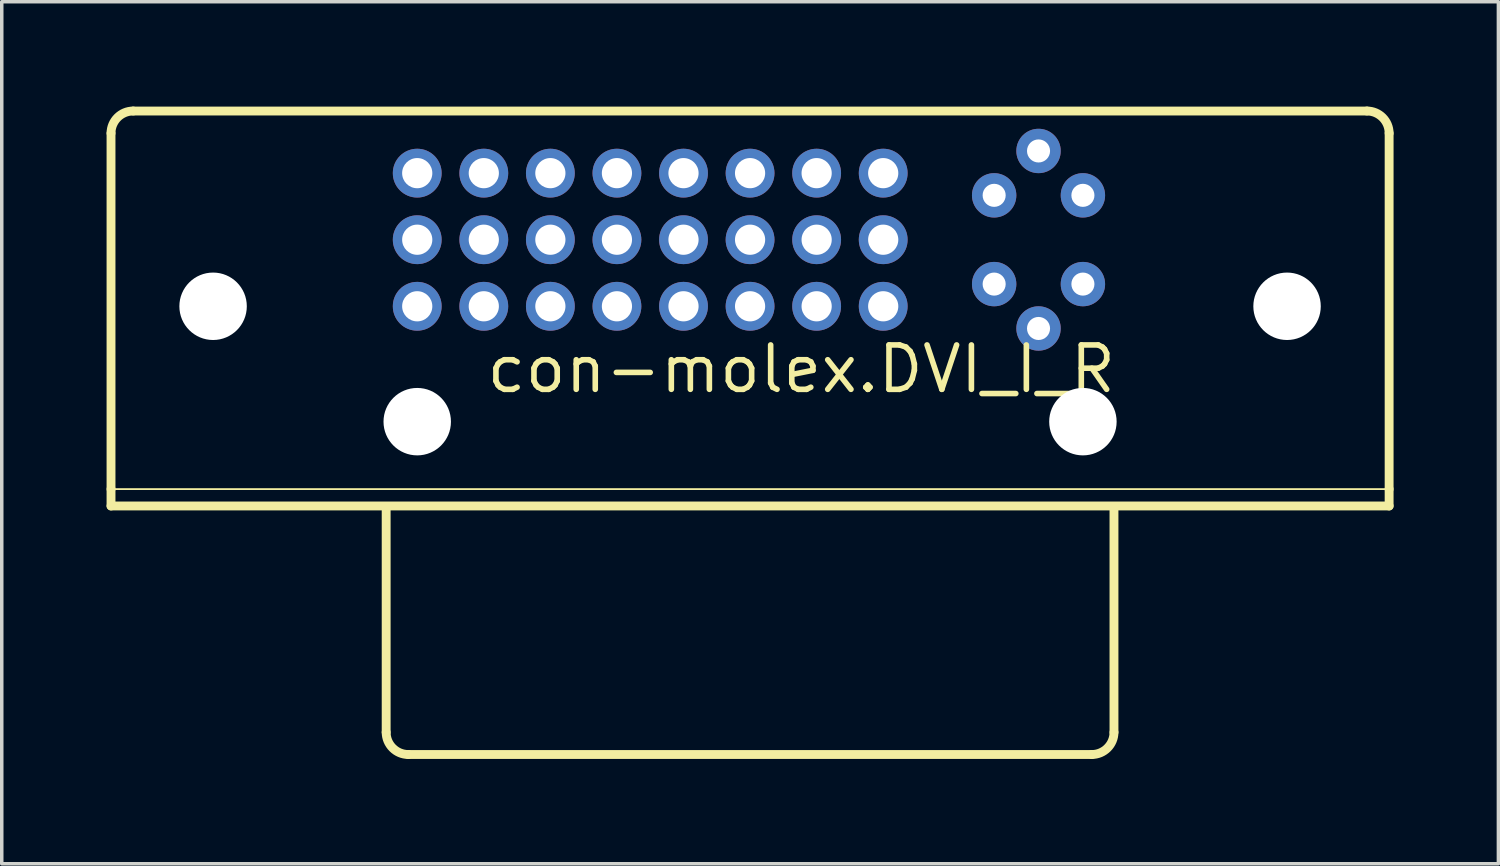
<source format=kicad_pcb>
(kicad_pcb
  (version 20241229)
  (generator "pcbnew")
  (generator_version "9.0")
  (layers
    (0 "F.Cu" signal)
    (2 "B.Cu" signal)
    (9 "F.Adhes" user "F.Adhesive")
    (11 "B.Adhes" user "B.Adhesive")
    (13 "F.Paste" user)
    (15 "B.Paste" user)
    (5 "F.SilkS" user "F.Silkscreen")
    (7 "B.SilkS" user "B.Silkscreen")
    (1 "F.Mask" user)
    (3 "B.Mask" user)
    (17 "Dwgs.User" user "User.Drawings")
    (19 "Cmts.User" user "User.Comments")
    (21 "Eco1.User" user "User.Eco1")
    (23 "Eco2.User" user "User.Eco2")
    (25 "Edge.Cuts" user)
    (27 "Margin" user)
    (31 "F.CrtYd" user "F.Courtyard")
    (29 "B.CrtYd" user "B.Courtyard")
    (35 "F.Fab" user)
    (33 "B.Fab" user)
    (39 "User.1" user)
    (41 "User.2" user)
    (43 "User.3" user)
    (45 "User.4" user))
  (footprint "con-molex.DVI_I_R"
    (layer "F.Cu")
    (at 18.415 8.89)
    (property "Reference" "con-molex.DVI_I_R" (at -7.62 -0.635 0) (layer "F.SilkS") (effects (font (size 1.27 1.27) (thickness 0.16)) (justify left bottom)))
    (attr through_hole)
    (fp_line (start -18.288 -8.128) (end -18.288 2.057) (stroke (width 0.254) (type default)) (layer "F.SilkS"))
    (fp_line (start -18.288 2.057) (end -18.288 2.54) (stroke (width 0.254) (type default)) (layer "F.SilkS"))
    (fp_line (start -18.288 2.057) (end 18.288 2.057) (stroke (width 0.051) (type default)) (layer "F.SilkS"))
    (fp_line (start -18.288 2.54) (end 18.288 2.54) (stroke (width 0.254) (type default)) (layer "F.SilkS"))
    (fp_line (start -10.414 2.667) (end -10.414 9.017) (stroke (width 0.254) (type default)) (layer "F.SilkS"))
    (fp_line (start -9.779 9.652) (end 9.779 9.652) (stroke (width 0.254) (type default)) (layer "F.SilkS"))
    (fp_line (start 10.414 9.017) (end 10.414 2.667) (stroke (width 0.254) (type default)) (layer "F.SilkS"))
    (fp_line (start 17.653 -8.763) (end -17.653 -8.763) (stroke (width 0.254) (type default)) (layer "F.SilkS"))
    (fp_line (start 18.288 2.057) (end 18.288 -8.128) (stroke (width 0.254) (type default)) (layer "F.SilkS"))
    (fp_line (start 18.288 2.54) (end 18.288 2.057) (stroke (width 0.254) (type default)) (layer "F.SilkS"))
    (fp_arc (start -18.288 -8.128) (mid -18.102013 -8.577013) (end -17.653 -8.763) (stroke (width 0.254) (type default)) (layer "F.SilkS"))
    (fp_arc (start -9.779 9.652) (mid -10.228013 9.466013) (end -10.414 9.017) (stroke (width 0.254) (type default)) (layer "F.SilkS"))
    (fp_arc (start 10.414 9.017) (mid 10.228013 9.466013) (end 9.779 9.652) (stroke (width 0.254) (type default)) (layer "F.SilkS"))
    (fp_arc (start 17.653 -8.763) (mid 18.102013 -8.577013) (end 18.288 -8.128) (stroke (width 0.254) (type default)) (layer "F.SilkS"))
    (pad "" np_thru_hole circle (at -15.367 -3.175) (size 1.93 1.93) (drill 1.93) (layers "*.Cu" "*.Mask"))
    (pad "" np_thru_hole circle (at -9.525 0.127) (size 1.93 1.93) (drill 1.93) (layers "*.Cu" "*.Mask"))
    (pad "" np_thru_hole circle (at 9.525 0.127) (size 1.93 1.93) (drill 1.93) (layers "*.Cu" "*.Mask"))
    (pad "" np_thru_hole circle (at 15.367 -3.175) (size 1.93 1.93) (drill 1.93) (layers "*.Cu" "*.Mask"))
    (pad "1" thru_hole circle (at -9.525 -6.985) (size 1.397 1.397) (drill 0.864) (layers "*.Cu" "*.Mask"))
    (pad "2" thru_hole circle (at -7.62 -6.985) (size 1.397 1.397) (drill 0.864) (layers "*.Cu" "*.Mask"))
    (pad "3" thru_hole circle (at -5.715 -6.985) (size 1.397 1.397) (drill 0.864) (layers "*.Cu" "*.Mask"))
    (pad "4" thru_hole circle (at -3.81 -6.985) (size 1.397 1.397) (drill 0.864) (layers "*.Cu" "*.Mask"))
    (pad "5" thru_hole circle (at -1.905 -6.985) (size 1.397 1.397) (drill 0.864) (layers "*.Cu" "*.Mask"))
    (pad "6" thru_hole circle (at 0 -6.985) (size 1.397 1.397) (drill 0.864) (layers "*.Cu" "*.Mask"))
    (pad "7" thru_hole circle (at 1.905 -6.985) (size 1.397 1.397) (drill 0.864) (layers "*.Cu" "*.Mask"))
    (pad "8" thru_hole circle (at 3.81 -6.985) (size 1.397 1.397) (drill 0.864) (layers "*.Cu" "*.Mask"))
    (pad "9" thru_hole circle (at -9.525 -5.08) (size 1.397 1.397) (drill 0.864) (layers "*.Cu" "*.Mask"))
    (pad "10" thru_hole circle (at -7.62 -5.08) (size 1.397 1.397) (drill 0.864) (layers "*.Cu" "*.Mask"))
    (pad "11" thru_hole circle (at -5.715 -5.08) (size 1.397 1.397) (drill 0.864) (layers "*.Cu" "*.Mask"))
    (pad "12" thru_hole circle (at -3.81 -5.08) (size 1.397 1.397) (drill 0.864) (layers "*.Cu" "*.Mask"))
    (pad "13" thru_hole circle (at -1.905 -5.08) (size 1.397 1.397) (drill 0.864) (layers "*.Cu" "*.Mask"))
    (pad "14" thru_hole circle (at 0 -5.08) (size 1.397 1.397) (drill 0.864) (layers "*.Cu" "*.Mask"))
    (pad "15" thru_hole circle (at 1.905 -5.08) (size 1.397 1.397) (drill 0.864) (layers "*.Cu" "*.Mask"))
    (pad "16" thru_hole circle (at 3.81 -5.08) (size 1.397 1.397) (drill 0.864) (layers "*.Cu" "*.Mask"))
    (pad "17" thru_hole circle (at -9.525 -3.175) (size 1.397 1.397) (drill 0.864) (layers "*.Cu" "*.Mask"))
    (pad "18" thru_hole circle (at -7.62 -3.175) (size 1.397 1.397) (drill 0.864) (layers "*.Cu" "*.Mask"))
    (pad "19" thru_hole circle (at -5.715 -3.175) (size 1.397 1.397) (drill 0.864) (layers "*.Cu" "*.Mask"))
    (pad "20" thru_hole circle (at -3.81 -3.175) (size 1.397 1.397) (drill 0.864) (layers "*.Cu" "*.Mask"))
    (pad "21" thru_hole circle (at -1.905 -3.175) (size 1.397 1.397) (drill 0.864) (layers "*.Cu" "*.Mask"))
    (pad "22" thru_hole circle (at 0 -3.175) (size 1.397 1.397) (drill 0.864) (layers "*.Cu" "*.Mask"))
    (pad "23" thru_hole circle (at 1.905 -3.175) (size 1.397 1.397) (drill 0.864) (layers "*.Cu" "*.Mask"))
    (pad "24" thru_hole circle (at 3.81 -3.175) (size 1.397 1.397) (drill 0.864) (layers "*.Cu" "*.Mask"))
    (pad "C1" thru_hole circle (at 6.985 -6.35) (size 1.27 1.27) (drill 0.66) (layers "*.Cu" "*.Mask"))
    (pad "C2" thru_hole circle (at 9.525 -6.35) (size 1.27 1.27) (drill 0.66) (layers "*.Cu" "*.Mask"))
    (pad "C3" thru_hole circle (at 6.985 -3.81) (size 1.27 1.27) (drill 0.66) (layers "*.Cu" "*.Mask"))
    (pad "C4" thru_hole circle (at 9.525 -3.81) (size 1.27 1.27) (drill 0.66) (layers "*.Cu" "*.Mask"))
    (pad "C5" thru_hole circle (at 8.255 -2.54) (size 1.27 1.27) (drill 0.66) (layers "*.Cu" "*.Mask"))
    (pad "C6" thru_hole circle (at 8.255 -7.62) (size 1.27 1.27) (drill 0.66) (layers "*.Cu" "*.Mask")))
  (gr_rect
    (start -3 -3)
    (end 39.83 21.669)
    (stroke (width 0.1) (type default))
    (fill no)
    (layer "Edge.Cuts")))
</source>
